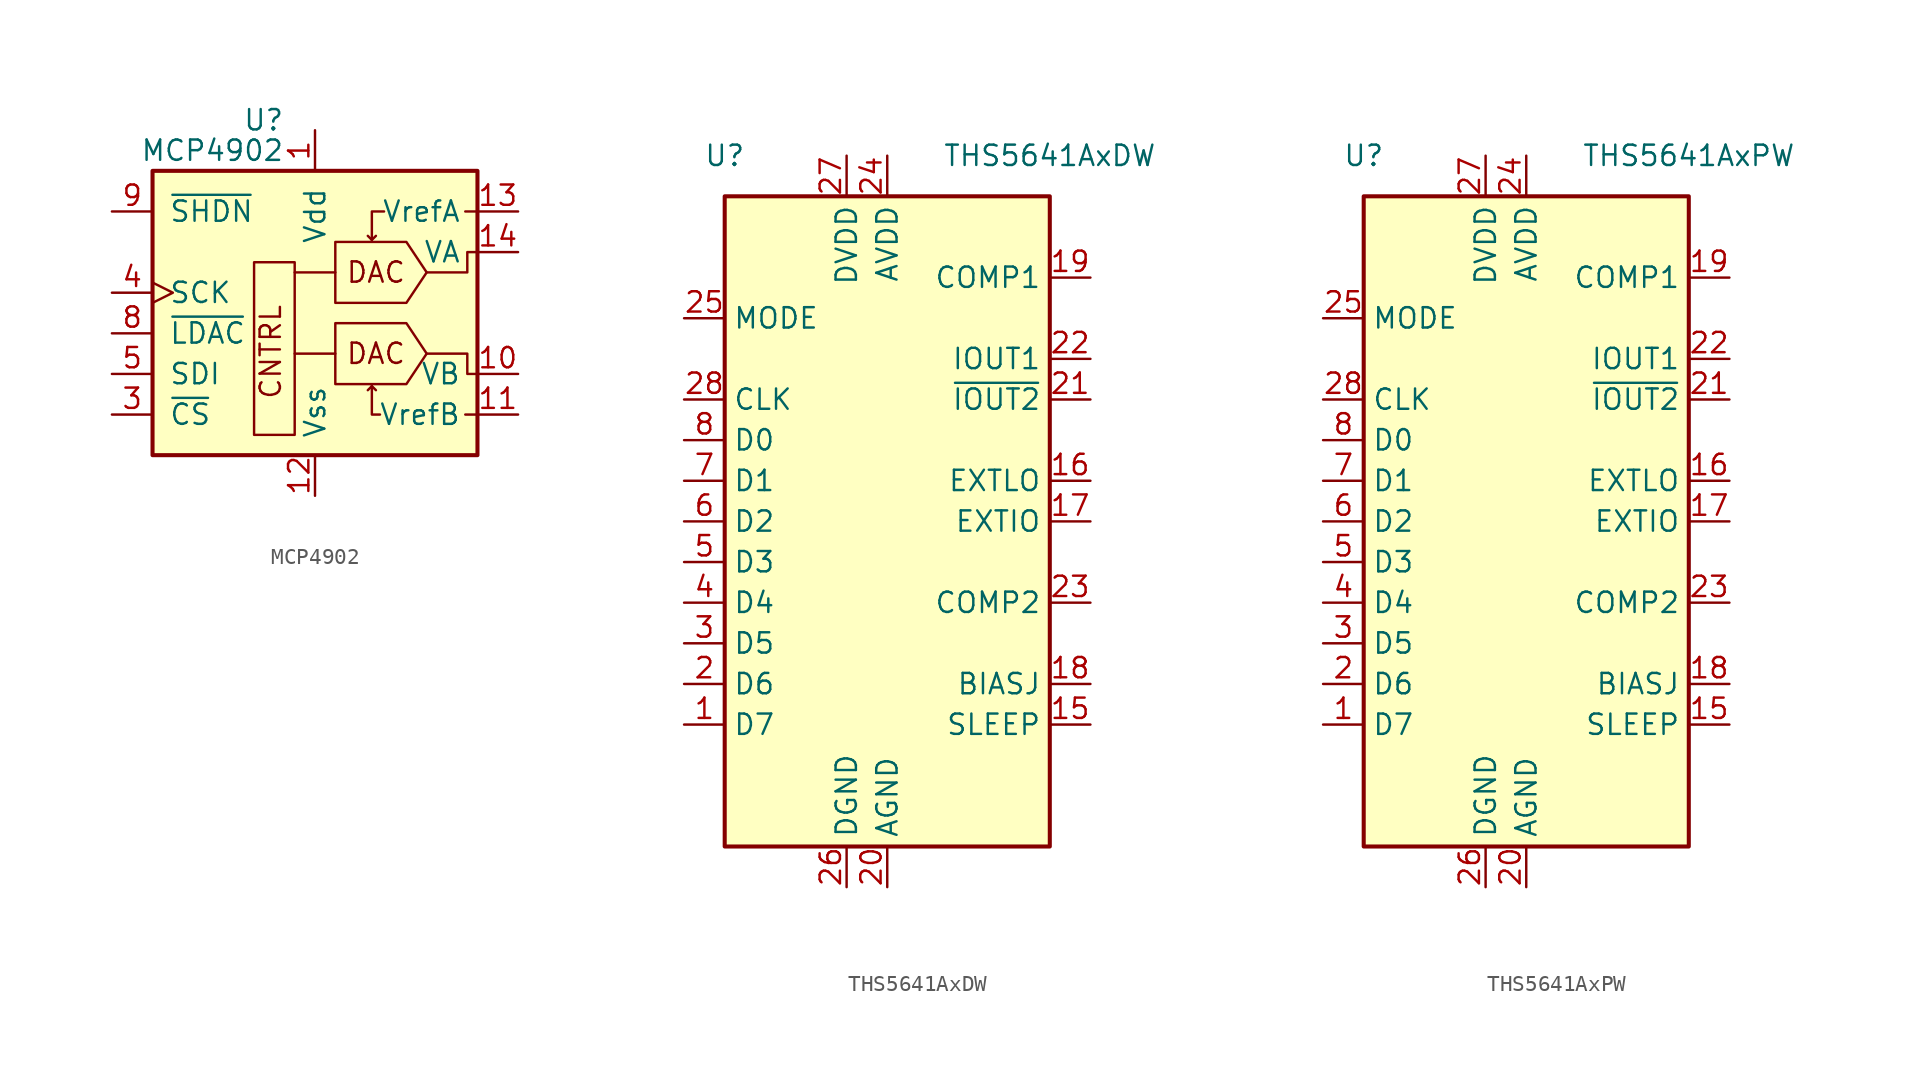
<source format=kicad_sym>
(kicad_symbol_lib
  (version 20201005)
  (generator kicad_symbol_editor)
  (symbol "MCP4902"
    (pin_names
      (offset 1.016))
    (property "Reference" "U"
      (at -1.905 10.795 0)
      (effects (font (size 1.27 1.27)) (justify right)))
    (property "Value" "MCP4902"
      (at -1.905 8.89 0)
      (effects (font (size 1.27 1.27)) (justify right)))
    (symbol "MCP4902_0_0"
      (text "CNTRL" (at -2.032 -6.731 900) (effects (font (size 1.27 1.27)) (justify left bottom)))
      (text "DAC" (at 3.81 -3.81 0) (effects (font (size 1.27 1.27))))
      (text "DAC" (at 3.81 1.27 0) (effects (font (size 1.27 1.27))))
      (polyline (pts (xy 3.556 -5.842) (xy 3.302 -6.096)) (stroke (width 0)) (fill (type none)))
      (polyline (pts (xy 3.556 -5.842) (xy 3.81 -6.096)) (stroke (width 0)) (fill (type none)))
      (polyline (pts (xy 3.556 3.302) (xy 3.302 3.556)) (stroke (width 0)) (fill (type none)))
      (polyline (pts (xy 3.556 3.302) (xy 3.81 3.556)) (stroke (width 0)) (fill (type none)))
      (polyline (pts (xy 10.16 -7.62) (xy 9.398 -7.62)) (stroke (width 0)) (fill (type none)))
      (polyline (pts (xy 10.16 5.08) (xy 9.398 5.08)) (stroke (width 0)) (fill (type none)))
      (polyline (pts (xy 4.064 -7.62) (xy 3.556 -7.62) (xy 3.556 -5.842)) (stroke (width 0)) (fill (type none)))
      (polyline (pts (xy 4.318 5.08) (xy 3.556 5.08) (xy 3.556 3.302)) (stroke (width 0)) (fill (type none)))
      (polyline (pts (xy 6.985 -3.81) (xy 9.525 -3.81) (xy 9.525 -5.08) (xy 10.16 -5.08)) (stroke (width 0)) (fill (type none)))
      (polyline (pts (xy 6.985 1.27) (xy 9.525 1.27) (xy 9.525 2.54) (xy 10.16 2.54)) (stroke (width 0)) (fill (type none))))
    (symbol "MCP4902_0_1"
      (rectangle (start -1.27 -8.89) (end -3.81 1.905) (stroke (width 0)) (fill (type none)))
      (rectangle (start -10.16 7.62) (end 10.16 -10.16) (stroke (width 0.254)) (fill (type background)))
      (polyline (pts (xy 1.27 -3.81) (xy -1.27 -3.81)) (stroke (width 0)) (fill (type none)))
      (polyline (pts (xy 1.27 1.27) (xy -1.27 1.27)) (stroke (width 0)) (fill (type none)))
      (polyline (pts (xy 6.985 -3.81) (xy 5.715 -1.905) (xy 1.27 -1.905) (xy 1.27 -5.715) (xy 5.715 -5.715) (xy 6.985 -3.81)) (stroke (width 0)) (fill (type none)))
      (polyline (pts (xy 6.985 1.27) (xy 5.715 3.175) (xy 1.27 3.175) (xy 1.27 -0.635) (xy 5.715 -0.635) (xy 6.985 1.27)) (stroke (width 0)) (fill (type none))))
    (symbol "MCP4902_1_1"
      (pin power_in line (at 0 10.16 270) (length 2.54) (name "Vdd" (effects (font (size 1.27 1.27)))) (number "1" (effects (font (size 1.27 1.27)))))
      (pin output line (at 12.7 -5.08 180) (length 2.54) (name "VB" (effects (font (size 1.27 1.27)))) (number "10" (effects (font (size 1.27 1.27)))))
      (pin input line (at 12.7 -7.62 180) (length 2.54) (name "VrefB" (effects (font (size 1.27 1.27)))) (number "11" (effects (font (size 1.27 1.27)))))
      (pin power_in line (at 0 -12.7 90) (length 2.54) (name "Vss" (effects (font (size 1.27 1.27)))) (number "12" (effects (font (size 1.27 1.27)))))
      (pin input line (at 12.7 5.08 180) (length 2.54) (name "VrefA" (effects (font (size 1.27 1.27)))) (number "13" (effects (font (size 1.27 1.27)))))
      (pin output line (at 12.7 2.54 180) (length 2.54) (name "VA" (effects (font (size 1.27 1.27)))) (number "14" (effects (font (size 1.27 1.27)))))
      (pin no_connect line (at -7.62 -12.7 90) (length 2.54) hide (name "NC" (effects (font (size 1.27 1.27)))) (number "2" (effects (font (size 1.27 1.27)))))
      (pin input line (at -12.7 -7.62 0) (length 2.54) (name "~CS" (effects (font (size 1.27 1.27)))) (number "3" (effects (font (size 1.27 1.27)))))
      (pin input clock (at -12.7 0 0) (length 2.54) (name "SCK" (effects (font (size 1.27 1.27)))) (number "4" (effects (font (size 1.27 1.27)))))
      (pin input line (at -12.7 -5.08 0) (length 2.54) (name "SDI" (effects (font (size 1.27 1.27)))) (number "5" (effects (font (size 1.27 1.27)))))
      (pin no_connect line (at -5.08 -12.7 90) (length 2.54) hide (name "NC" (effects (font (size 1.27 1.27)))) (number "6" (effects (font (size 1.27 1.27)))))
      (pin no_connect line (at -2.54 -12.7 90) (length 2.54) hide (name "NC" (effects (font (size 1.27 1.27)))) (number "7" (effects (font (size 1.27 1.27)))))
      (pin input line (at -12.7 -2.54 0) (length 2.54) (name "~LDAC" (effects (font (size 1.27 1.27)))) (number "8" (effects (font (size 1.27 1.27)))))
      (pin output line (at -12.7 5.08 0) (length 2.54) (name "~SHDN" (effects (font (size 1.27 1.27)))) (number "9" (effects (font (size 1.27 1.27)))))))
  (symbol "THS5641AxDW"
    (property "Reference" "U"
      (at -10.16 22.86 0)
      (effects (font (size 1.27 1.27))))
    (property "Value" "THS5641AxDW"
      (at 10.16 22.86 0)
      (effects (font (size 1.27 1.27))))
    (symbol "THS5641AxDW_0_1"
      (rectangle (start -10.16 20.32) (end 10.16 -20.32) (stroke (width 0.254)) (fill (type background))))
    (symbol "THS5641AxDW_1_1"
      (pin input line (at -12.7 -12.7 0) (length 2.54) (name "D7" (effects (font (size 1.27 1.27)))) (number "1" (effects (font (size 1.27 1.27)))))
      (pin no_connect line (at -10.16 -17.78 0) (length 2.54) hide (name "NC" (effects (font (size 1.27 1.27)))) (number "10" (effects (font (size 1.27 1.27)))))
      (pin no_connect line (at 10.16 -17.78 180) (length 2.54) hide (name "NC" (effects (font (size 1.27 1.27)))) (number "11" (effects (font (size 1.27 1.27)))))
      (pin no_connect line (at 10.16 -15.24 180) (length 2.54) hide (name "NC" (effects (font (size 1.27 1.27)))) (number "12" (effects (font (size 1.27 1.27)))))
      (pin no_connect line (at 10.16 12.7 180) (length 2.54) hide (name "NC" (effects (font (size 1.27 1.27)))) (number "13" (effects (font (size 1.27 1.27)))))
      (pin no_connect line (at 10.16 17.78 180) (length 2.54) hide (name "NC" (effects (font (size 1.27 1.27)))) (number "14" (effects (font (size 1.27 1.27)))))
      (pin input line (at 12.7 -12.7 180) (length 2.54) (name "SLEEP" (effects (font (size 1.27 1.27)))) (number "15" (effects (font (size 1.27 1.27)))))
      (pin bidirectional line (at 12.7 2.54 180) (length 2.54) (name "EXTLO" (effects (font (size 1.27 1.27)))) (number "16" (effects (font (size 1.27 1.27)))))
      (pin bidirectional line (at 12.7 0 180) (length 2.54) (name "EXTIO" (effects (font (size 1.27 1.27)))) (number "17" (effects (font (size 1.27 1.27)))))
      (pin passive line (at 12.7 -10.16 180) (length 2.54) (name "BIASJ" (effects (font (size 1.27 1.27)))) (number "18" (effects (font (size 1.27 1.27)))))
      (pin input line (at 12.7 15.24 180) (length 2.54) (name "COMP1" (effects (font (size 1.27 1.27)))) (number "19" (effects (font (size 1.27 1.27)))))
      (pin input line (at -12.7 -10.16 0) (length 2.54) (name "D6" (effects (font (size 1.27 1.27)))) (number "2" (effects (font (size 1.27 1.27)))))
      (pin power_in line (at 0 -22.86 90) (length 2.54) (name "AGND" (effects (font (size 1.27 1.27)))) (number "20" (effects (font (size 1.27 1.27)))))
      (pin output line (at 12.7 7.62 180) (length 2.54) (name "~IOUT2" (effects (font (size 1.27 1.27)))) (number "21" (effects (font (size 1.27 1.27)))))
      (pin output line (at 12.7 10.16 180) (length 2.54) (name "IOUT1" (effects (font (size 1.27 1.27)))) (number "22" (effects (font (size 1.27 1.27)))))
      (pin input line (at 12.7 -5.08 180) (length 2.54) (name "COMP2" (effects (font (size 1.27 1.27)))) (number "23" (effects (font (size 1.27 1.27)))))
      (pin power_in line (at 0 22.86 270) (length 2.54) (name "AVDD" (effects (font (size 1.27 1.27)))) (number "24" (effects (font (size 1.27 1.27)))))
      (pin input line (at -12.7 12.7 0) (length 2.54) (name "MODE" (effects (font (size 1.27 1.27)))) (number "25" (effects (font (size 1.27 1.27)))))
      (pin power_in line (at -2.54 -22.86 90) (length 2.54) (name "DGND" (effects (font (size 1.27 1.27)))) (number "26" (effects (font (size 1.27 1.27)))))
      (pin power_in line (at -2.54 22.86 270) (length 2.54) (name "DVDD" (effects (font (size 1.27 1.27)))) (number "27" (effects (font (size 1.27 1.27)))))
      (pin input line (at -12.7 7.62 0) (length 2.54) (name "CLK" (effects (font (size 1.27 1.27)))) (number "28" (effects (font (size 1.27 1.27)))))
      (pin input line (at -12.7 -7.62 0) (length 2.54) (name "D5" (effects (font (size 1.27 1.27)))) (number "3" (effects (font (size 1.27 1.27)))))
      (pin input line (at -12.7 -5.08 0) (length 2.54) (name "D4" (effects (font (size 1.27 1.27)))) (number "4" (effects (font (size 1.27 1.27)))))
      (pin input line (at -12.7 -2.54 0) (length 2.54) (name "D3" (effects (font (size 1.27 1.27)))) (number "5" (effects (font (size 1.27 1.27)))))
      (pin input line (at -12.7 0 0) (length 2.54) (name "D2" (effects (font (size 1.27 1.27)))) (number "6" (effects (font (size 1.27 1.27)))))
      (pin input line (at -12.7 2.54 0) (length 2.54) (name "D1" (effects (font (size 1.27 1.27)))) (number "7" (effects (font (size 1.27 1.27)))))
      (pin input line (at -12.7 5.08 0) (length 2.54) (name "D0" (effects (font (size 1.27 1.27)))) (number "8" (effects (font (size 1.27 1.27)))))
      (pin no_connect line (at -10.16 -15.24 0) (length 2.54) hide (name "NC" (effects (font (size 1.27 1.27)))) (number "9" (effects (font (size 1.27 1.27)))))))
  (symbol "THS5641AxPW"
    (property "Reference" "U"
      (at -10.16 22.86 0)
      (effects (font (size 1.27 1.27))))
    (property "Value" "THS5641AxPW"
      (at 10.16 22.86 0)
      (effects (font (size 1.27 1.27))))
    (symbol "THS5641AxPW_0_1"
      (rectangle (start -10.16 20.32) (end 10.16 -20.32) (stroke (width 0.254)) (fill (type background))))
    (symbol "THS5641AxPW_1_1"
      (pin input line (at -12.7 -12.7 0) (length 2.54) (name "D7" (effects (font (size 1.27 1.27)))) (number "1" (effects (font (size 1.27 1.27)))))
      (pin no_connect line (at -10.16 -17.78 0) (length 2.54) hide (name "NC" (effects (font (size 1.27 1.27)))) (number "10" (effects (font (size 1.27 1.27)))))
      (pin no_connect line (at 10.16 -17.78 180) (length 2.54) hide (name "NC" (effects (font (size 1.27 1.27)))) (number "11" (effects (font (size 1.27 1.27)))))
      (pin no_connect line (at 10.16 -15.24 180) (length 2.54) hide (name "NC" (effects (font (size 1.27 1.27)))) (number "12" (effects (font (size 1.27 1.27)))))
      (pin no_connect line (at 10.16 12.7 180) (length 2.54) hide (name "NC" (effects (font (size 1.27 1.27)))) (number "13" (effects (font (size 1.27 1.27)))))
      (pin no_connect line (at 10.16 17.78 180) (length 2.54) hide (name "NC" (effects (font (size 1.27 1.27)))) (number "14" (effects (font (size 1.27 1.27)))))
      (pin input line (at 12.7 -12.7 180) (length 2.54) (name "SLEEP" (effects (font (size 1.27 1.27)))) (number "15" (effects (font (size 1.27 1.27)))))
      (pin bidirectional line (at 12.7 2.54 180) (length 2.54) (name "EXTLO" (effects (font (size 1.27 1.27)))) (number "16" (effects (font (size 1.27 1.27)))))
      (pin bidirectional line (at 12.7 0 180) (length 2.54) (name "EXTIO" (effects (font (size 1.27 1.27)))) (number "17" (effects (font (size 1.27 1.27)))))
      (pin passive line (at 12.7 -10.16 180) (length 2.54) (name "BIASJ" (effects (font (size 1.27 1.27)))) (number "18" (effects (font (size 1.27 1.27)))))
      (pin input line (at 12.7 15.24 180) (length 2.54) (name "COMP1" (effects (font (size 1.27 1.27)))) (number "19" (effects (font (size 1.27 1.27)))))
      (pin input line (at -12.7 -10.16 0) (length 2.54) (name "D6" (effects (font (size 1.27 1.27)))) (number "2" (effects (font (size 1.27 1.27)))))
      (pin power_in line (at 0 -22.86 90) (length 2.54) (name "AGND" (effects (font (size 1.27 1.27)))) (number "20" (effects (font (size 1.27 1.27)))))
      (pin output line (at 12.7 7.62 180) (length 2.54) (name "~IOUT2" (effects (font (size 1.27 1.27)))) (number "21" (effects (font (size 1.27 1.27)))))
      (pin output line (at 12.7 10.16 180) (length 2.54) (name "IOUT1" (effects (font (size 1.27 1.27)))) (number "22" (effects (font (size 1.27 1.27)))))
      (pin input line (at 12.7 -5.08 180) (length 2.54) (name "COMP2" (effects (font (size 1.27 1.27)))) (number "23" (effects (font (size 1.27 1.27)))))
      (pin power_in line (at 0 22.86 270) (length 2.54) (name "AVDD" (effects (font (size 1.27 1.27)))) (number "24" (effects (font (size 1.27 1.27)))))
      (pin input line (at -12.7 12.7 0) (length 2.54) (name "MODE" (effects (font (size 1.27 1.27)))) (number "25" (effects (font (size 1.27 1.27)))))
      (pin power_in line (at -2.54 -22.86 90) (length 2.54) (name "DGND" (effects (font (size 1.27 1.27)))) (number "26" (effects (font (size 1.27 1.27)))))
      (pin power_in line (at -2.54 22.86 270) (length 2.54) (name "DVDD" (effects (font (size 1.27 1.27)))) (number "27" (effects (font (size 1.27 1.27)))))
      (pin input line (at -12.7 7.62 0) (length 2.54) (name "CLK" (effects (font (size 1.27 1.27)))) (number "28" (effects (font (size 1.27 1.27)))))
      (pin input line (at -12.7 -7.62 0) (length 2.54) (name "D5" (effects (font (size 1.27 1.27)))) (number "3" (effects (font (size 1.27 1.27)))))
      (pin input line (at -12.7 -5.08 0) (length 2.54) (name "D4" (effects (font (size 1.27 1.27)))) (number "4" (effects (font (size 1.27 1.27)))))
      (pin input line (at -12.7 -2.54 0) (length 2.54) (name "D3" (effects (font (size 1.27 1.27)))) (number "5" (effects (font (size 1.27 1.27)))))
      (pin input line (at -12.7 0 0) (length 2.54) (name "D2" (effects (font (size 1.27 1.27)))) (number "6" (effects (font (size 1.27 1.27)))))
      (pin input line (at -12.7 2.54 0) (length 2.54) (name "D1" (effects (font (size 1.27 1.27)))) (number "7" (effects (font (size 1.27 1.27)))))
      (pin input line (at -12.7 5.08 0) (length 2.54) (name "D0" (effects (font (size 1.27 1.27)))) (number "8" (effects (font (size 1.27 1.27)))))
      (pin no_connect line (at -10.16 -15.24 0) (length 2.54) hide (name "NC" (effects (font (size 1.27 1.27)))) (number "9" (effects (font (size 1.27 1.27))))))))
</source>
